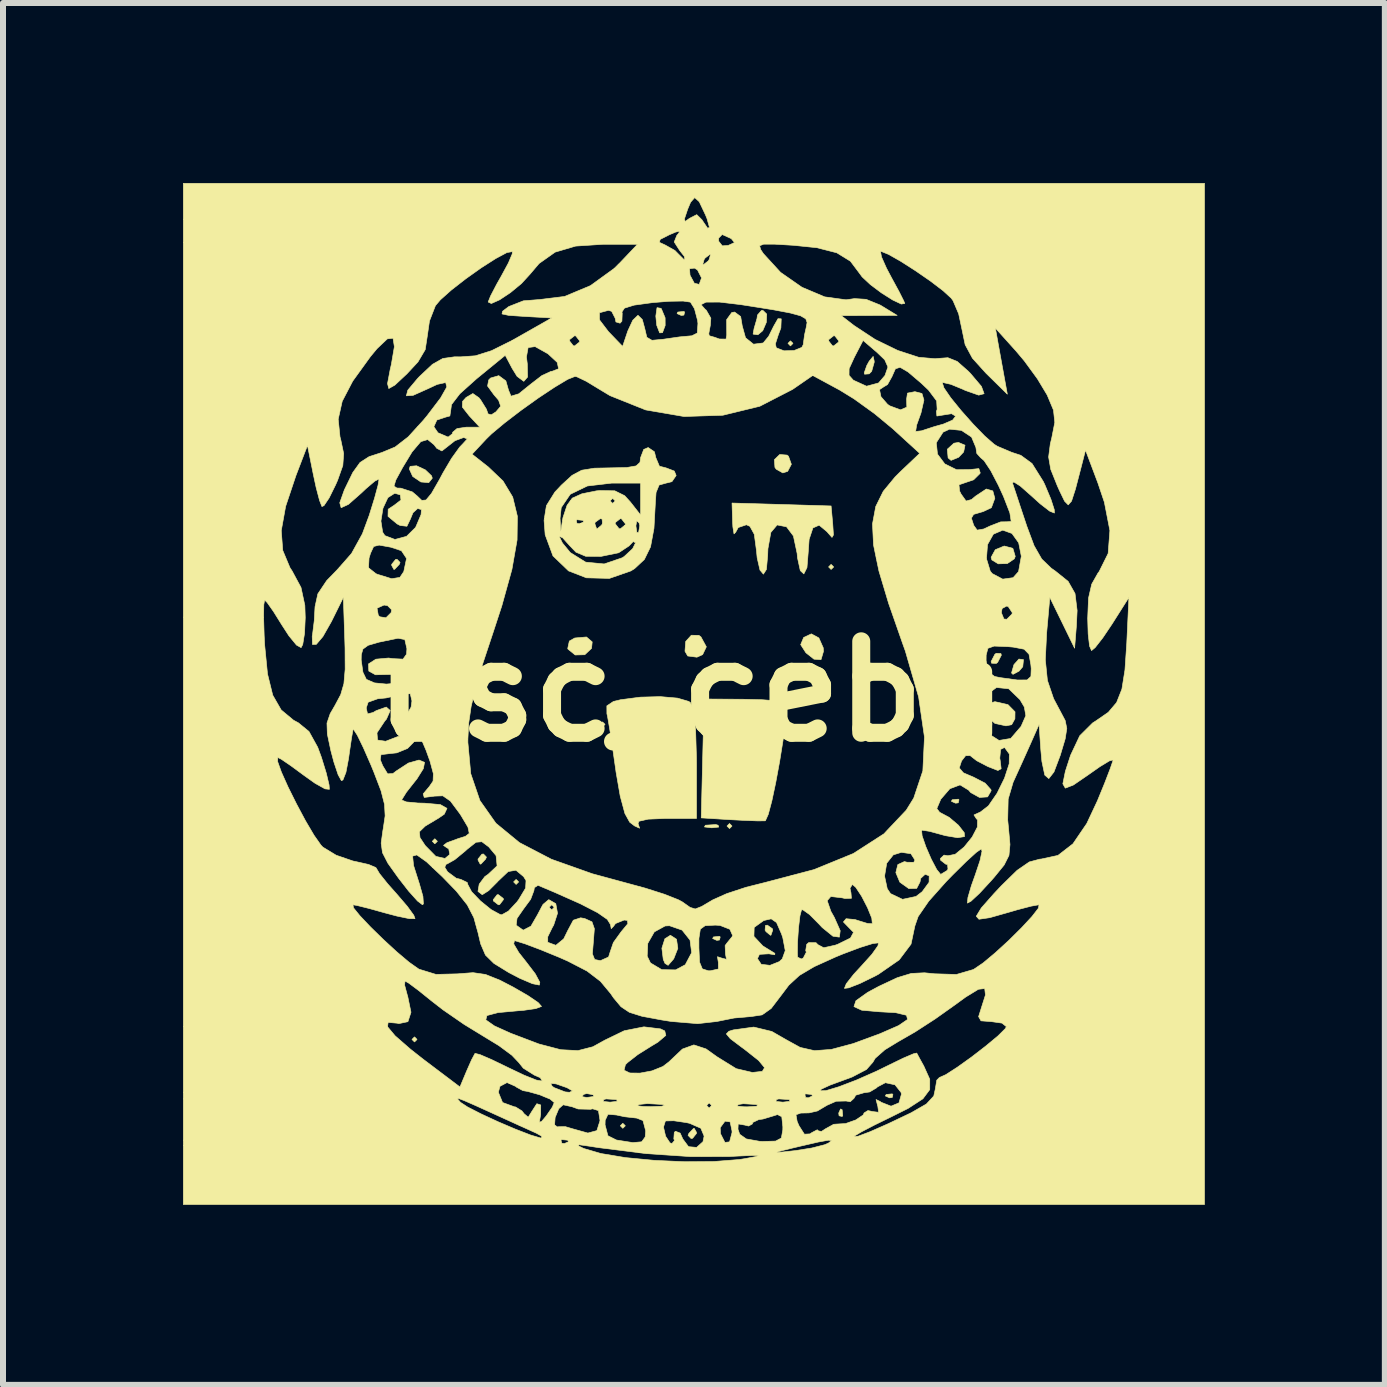
<source format=kicad_pcb>
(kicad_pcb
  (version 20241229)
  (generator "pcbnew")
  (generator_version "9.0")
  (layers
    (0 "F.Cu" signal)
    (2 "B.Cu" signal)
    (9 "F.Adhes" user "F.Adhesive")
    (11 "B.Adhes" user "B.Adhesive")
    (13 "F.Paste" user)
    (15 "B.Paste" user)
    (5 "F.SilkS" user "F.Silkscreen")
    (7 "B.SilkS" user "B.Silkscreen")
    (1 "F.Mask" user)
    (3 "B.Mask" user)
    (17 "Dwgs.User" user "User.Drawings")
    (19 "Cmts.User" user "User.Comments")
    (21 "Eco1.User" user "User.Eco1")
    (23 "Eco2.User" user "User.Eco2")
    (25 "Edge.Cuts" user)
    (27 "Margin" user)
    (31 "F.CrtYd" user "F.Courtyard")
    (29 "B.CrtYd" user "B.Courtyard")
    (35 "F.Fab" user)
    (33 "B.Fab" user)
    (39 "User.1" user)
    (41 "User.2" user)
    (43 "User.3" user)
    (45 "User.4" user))
  (footprint "usc_cebu"
    (layer "F.Cu")
    (at 8.472 8.472)
    (property "Reference" "usc_cebu" (at 0 0 0) (layer "F.SilkS") (effects (font (size 1.524 1.524) (thickness 0.3))))
    (attr through_hole)
    (fp_poly (pts (xy -4.572 5.8) (xy -4.614 5.842) (xy -4.657 5.8) (xy -4.614 5.757) (xy -4.572 5.8)) (stroke (width 0.01) (type solid)) (fill yes) (layer "F.SilkS"))
    (fp_poly (pts (xy -4.233 2.498) (xy -4.276 2.54) (xy -4.318 2.498) (xy -4.276 2.455) (xy -4.233 2.498)) (stroke (width 0.01) (type solid)) (fill yes) (layer "F.SilkS"))
    (fp_poly (pts (xy -2.879 3.175) (xy -2.921 3.217) (xy -2.963 3.175) (xy -2.921 3.133) (xy -2.879 3.175)) (stroke (width 0.01) (type solid)) (fill yes) (layer "F.SilkS"))
    (fp_poly (pts (xy -1.439 0.55) (xy -1.482 0.593) (xy -1.524 0.55) (xy -1.482 0.508) (xy -1.439 0.55)) (stroke (width 0.01) (type solid)) (fill yes) (layer "F.SilkS"))
    (fp_poly (pts (xy -1.101 7.239) (xy -1.143 7.281) (xy -1.185 7.239) (xy -1.143 7.197) (xy -1.101 7.239)) (stroke (width 0.01) (type solid)) (fill yes) (layer "F.SilkS"))
    (fp_poly (pts (xy 0.677 2.244) (xy 0.635 2.286) (xy 0.593 2.244) (xy 0.635 2.201) (xy 0.677 2.244)) (stroke (width 0.01) (type solid)) (fill yes) (layer "F.SilkS"))
    (fp_poly (pts (xy 1.693 -5.8) (xy 1.651 -5.757) (xy 1.609 -5.8) (xy 1.651 -5.842) (xy 1.693 -5.8)) (stroke (width 0.01) (type solid)) (fill yes) (layer "F.SilkS"))
    (fp_poly (pts (xy 2.371 -2.074) (xy 2.328 -2.032) (xy 2.286 -2.074) (xy 2.328 -2.117) (xy 2.371 -2.074)) (stroke (width 0.01) (type solid)) (fill yes) (layer "F.SilkS"))
    (fp_poly (pts (xy -0.113 -6.322) (xy -0.125 -6.271) (xy -0.169 -6.265) (xy -0.239 -6.296) (xy -0.226 -6.322) (xy -0.125 -6.332) (xy -0.113 -6.322)) (stroke (width 0.01) (type solid)) (fill yes) (layer "F.SilkS"))
    (fp_poly (pts (xy 0.445 2.23) (xy 0.455 2.261) (xy 0.339 2.273) (xy 0.218 2.259) (xy 0.233 2.23) (xy 0.406 2.219) (xy 0.445 2.23)) (stroke (width 0.01) (type solid)) (fill yes) (layer "F.SilkS"))
    (fp_poly (pts (xy 0.48 4.092) (xy 0.468 4.143) (xy 0.423 4.149) (xy 0.354 4.118) (xy 0.367 4.092) (xy 0.467 4.082) (xy 0.48 4.092)) (stroke (width 0.01) (type solid)) (fill yes) (layer "F.SilkS"))
    (fp_poly (pts (xy 2.512 6.971) (xy 2.522 7.071) (xy 2.512 7.084) (xy 2.461 7.072) (xy 2.455 7.027) (xy 2.486 6.958) (xy 2.512 6.971)) (stroke (width 0.01) (type solid)) (fill yes) (layer "F.SilkS"))
    (fp_poly (pts (xy 3.358 6.717) (xy 3.347 6.767) (xy 3.302 6.773) (xy 3.232 6.742) (xy 3.246 6.717) (xy 3.346 6.707) (xy 3.358 6.717)) (stroke (width 0.01) (type solid)) (fill yes) (layer "F.SilkS"))
    (fp_poly (pts (xy 4.459 1.806) (xy 4.447 1.857) (xy 4.403 1.863) (xy 4.333 1.832) (xy 4.346 1.806) (xy 4.447 1.796) (xy 4.459 1.806)) (stroke (width 0.01) (type solid)) (fill yes) (layer "F.SilkS"))
    (fp_poly (pts (xy -4.855 -2.149) (xy -4.868 -2.117) (xy -4.944 -2.036) (xy -4.958 -2.032) (xy -4.994 -2.098) (xy -4.995 -2.117) (xy -4.93 -2.198) (xy -4.906 -2.201) (xy -4.855 -2.149)) (stroke (width 0.01) (type solid)) (fill yes) (layer "F.SilkS"))
    (fp_poly (pts (xy -3.416 2.761) (xy -3.429 2.794) (xy -3.505 2.875) (xy -3.519 2.879) (xy -3.555 2.813) (xy -3.556 2.794) (xy -3.491 2.713) (xy -3.466 2.709) (xy -3.416 2.761)) (stroke (width 0.01) (type solid)) (fill yes) (layer "F.SilkS"))
    (fp_poly (pts (xy -3.135 3.451) (xy -3.133 3.471) (xy -3.197 3.554) (xy -3.217 3.556) (xy -3.3 3.492) (xy -3.302 3.471) (xy -3.238 3.389) (xy -3.217 3.387) (xy -3.135 3.451)) (stroke (width 0.01) (type solid)) (fill yes) (layer "F.SilkS"))
    (fp_poly (pts (xy 0.084 7.347) (xy 0.085 7.366) (xy 0.02 7.447) (xy -0.005 7.451) (xy -0.056 7.399) (xy -0.042 7.366) (xy 0.034 7.285) (xy 0.047 7.281) (xy 0.084 7.347)) (stroke (width 0.01) (type solid)) (fill yes) (layer "F.SilkS"))
    (fp_poly (pts (xy 1.351 3.956) (xy 1.355 3.979) (xy 1.326 4.062) (xy 1.317 4.064) (xy 1.245 4.005) (xy 1.228 3.979) (xy 1.234 3.901) (xy 1.265 3.895) (xy 1.351 3.956)) (stroke (width 0.01) (type solid)) (fill yes) (layer "F.SilkS"))
    (fp_poly (pts (xy 4.56 -4.103) (xy 4.537 -3.99) (xy 4.453 -3.901) (xy 4.327 -3.85) (xy 4.278 -3.891) (xy 4.265 -4.036) (xy 4.375 -4.136) (xy 4.45 -4.149) (xy 4.56 -4.103)) (stroke (width 0.01) (type solid)) (fill yes) (layer "F.SilkS"))
    (fp_poly (pts (xy 5.158 -0.631) (xy 5.165 -0.603) (xy 5.103 -0.483) (xy 5.08 -0.466) (xy 5.002 -0.47) (xy 4.995 -0.498) (xy 5.057 -0.618) (xy 5.08 -0.635) (xy 5.158 -0.631)) (stroke (width 0.01) (type solid)) (fill yes) (layer "F.SilkS"))
    (fp_poly (pts (xy 5.532 -0.53) (xy 5.534 -0.527) (xy 5.522 -0.411) (xy 5.46 -0.338) (xy 5.359 -0.284) (xy 5.335 -0.307) (xy 5.375 -0.446) (xy 5.458 -0.539) (xy 5.532 -0.53)) (stroke (width 0.01) (type solid)) (fill yes) (layer "F.SilkS"))
    (fp_poly (pts (xy -1.653 -0.825) (xy -1.664 -0.717) (xy -1.777 -0.611) (xy -1.937 -0.607) (xy -2.056 -0.704) (xy -2.061 -0.715) (xy -2.034 -0.839) (xy -1.944 -0.89) (xy -1.749 -0.907) (xy -1.653 -0.825)) (stroke (width 0.01) (type solid)) (fill yes) (layer "F.SilkS"))
    (fp_poly (pts (xy -0.508 -6.384) (xy -0.501 -6.377) (xy -0.438 -6.226) (xy -0.437 -6.098) (xy -0.482 -5.978) (xy -0.529 -5.975) (xy -0.578 -6.102) (xy -0.593 -6.254) (xy -0.573 -6.395) (xy -0.508 -6.384)) (stroke (width 0.01) (type solid)) (fill yes) (layer "F.SilkS"))
    (fp_poly (pts (xy 0.125 -0.934) (xy 0.159 -0.908) (xy 0.249 -0.743) (xy 0.187 -0.613) (xy 0.092 -0.57) (xy -0.061 -0.59) (xy -0.107 -0.669) (xy -0.095 -0.832) (xy -0.001 -0.936) (xy 0.125 -0.934)) (stroke (width 0.01) (type solid)) (fill yes) (layer "F.SilkS"))
    (fp_poly (pts (xy 1.595 -3.938) (xy 1.618 -3.919) (xy 1.666 -3.785) (xy 1.604 -3.667) (xy 1.524 -3.641) (xy 1.415 -3.702) (xy 1.392 -3.733) (xy 1.383 -3.862) (xy 1.472 -3.948) (xy 1.595 -3.938)) (stroke (width 0.01) (type solid)) (fill yes) (layer "F.SilkS"))
    (fp_poly (pts (xy 2.124 -0.891) (xy 2.197 -0.727) (xy 2.201 -0.667) (xy 2.16 -0.529) (xy 2.043 -0.537) (xy 1.908 -0.644) (xy 1.821 -0.779) (xy 1.871 -0.899) (xy 1.999 -0.959) (xy 2.124 -0.891)) (stroke (width 0.01) (type solid)) (fill yes) (layer "F.SilkS"))
    (fp_poly (pts (xy 3.046 -5.506) (xy 3.047 -5.487) (xy 3.004 -5.334) (xy 2.963 -5.292) (xy 2.886 -5.286) (xy 2.88 -5.308) (xy 2.923 -5.431) (xy 2.963 -5.503) (xy 3.029 -5.583) (xy 3.046 -5.506)) (stroke (width 0.01) (type solid)) (fill yes) (layer "F.SilkS"))
    (fp_poly (pts (xy -4.434 -3.692) (xy -4.33 -3.592) (xy -4.318 -3.553) (xy -4.377 -3.479) (xy -4.508 -3.49) (xy -4.641 -3.58) (xy -4.646 -3.585) (xy -4.701 -3.707) (xy -4.687 -3.751) (xy -4.58 -3.76) (xy -4.434 -3.692)) (stroke (width 0.01) (type solid)) (fill yes) (layer "F.SilkS"))
    (fp_poly (pts (xy -0.248 4.13) (xy -0.226 4.282) (xy -0.294 4.455) (xy -0.296 4.458) (xy -0.388 4.565) (xy -0.44 4.533) (xy -0.469 4.466) (xy -0.492 4.28) (xy -0.442 4.122) (xy -0.35 4.064) (xy -0.248 4.13)) (stroke (width 0.01) (type solid)) (fill yes) (layer "F.SilkS"))
    (fp_poly (pts (xy 1.255 -6.288) (xy 1.249 -6.151) (xy 1.189 -6.011) (xy 1.108 -5.943) (xy 1.028 -5.954) (xy 1.045 -6.049) (xy 1.093 -6.214) (xy 1.101 -6.272) (xy 1.166 -6.347) (xy 1.191 -6.35) (xy 1.255 -6.288)) (stroke (width 0.01) (type solid)) (fill yes) (layer "F.SilkS"))
    (fp_poly (pts (xy 5.275 0.22) (xy 5.393 0.34) (xy 5.391 0.457) (xy 5.337 0.555) (xy 5.242 0.574) (xy 5.059 0.534) (xy 4.935 0.429) (xy 4.911 0.332) (xy 4.973 0.195) (xy 5.059 0.171) (xy 5.275 0.22)) (stroke (width 0.01) (type solid)) (fill yes) (layer "F.SilkS"))
    (fp_poly (pts (xy 5.354 -2.385) (xy 5.358 -2.381) (xy 5.397 -2.25) (xy 5.381 -2.209) (xy 5.264 -2.13) (xy 5.113 -2.126) (xy 5.007 -2.191) (xy 4.995 -2.235) (xy 5.064 -2.361) (xy 5.213 -2.423) (xy 5.354 -2.385)) (stroke (width 0.01) (type solid)) (fill yes) (layer "F.SilkS"))
    (fp_poly (pts (xy 0.865 0.131) (xy 1.182 0.139) (xy 1.43 0.158) (xy 1.562 0.182) (xy 1.571 0.188) (xy 1.583 0.292) (xy 1.566 0.517) (xy 1.526 0.823) (xy 1.47 1.17) (xy 1.406 1.517) (xy 1.341 1.824) (xy 1.281 2.049) (xy 1.234 2.154) (xy 1.228 2.157) (xy 1.102 2.158) (xy 0.866 2.149) (xy 0.654 2.138) (xy 0.164 2.108) (xy 0.188 1.118) (xy 0.212 0.127) (xy 0.865 0.131)) (stroke (width 0.01) (type solid)) (fill yes) (layer "F.SilkS"))
    (fp_poly (pts (xy -0.231 0.112) (xy -0.044 0.167) (xy -0.017 0.186) (xy 0.036 0.332) (xy 0.07 0.639) (xy 0.084 1.1) (xy 0.085 1.202) (xy 0.085 2.117) (xy -0.428 2.117) (xy -0.72 2.129) (xy -0.874 2.164) (xy -0.889 2.201) (xy -0.863 2.28) (xy -0.947 2.242) (xy -1.028 2.18) (xy -1.108 2.035) (xy -1.186 1.746) (xy -1.257 1.337) (xy -1.26 1.312) (xy -1.312 0.951) (xy -1.36 0.637) (xy -1.397 0.42) (xy -1.408 0.372) (xy -1.409 0.241) (xy -1.3 0.168) (xy -1.181 0.139) (xy -0.853 0.096) (xy -0.519 0.087) (xy -0.231 0.112)) (stroke (width 0.01) (type solid)) (fill yes) (layer "F.SilkS"))
    (fp_poly (pts (xy 1.503 -3.115) (xy 2.328 -3.09) (xy 2.355 -2.794) (xy 2.367 -2.607) (xy 2.343 -2.566) (xy 2.268 -2.651) (xy 2.262 -2.659) (xy 2.129 -2.77) (xy 2.025 -2.724) (xy 1.962 -2.535) (xy 1.947 -2.323) (xy 1.926 -2.063) (xy 1.874 -1.958) (xy 1.815 -2.012) (xy 1.768 -2.227) (xy 1.762 -2.299) (xy 1.7 -2.59) (xy 1.585 -2.743) (xy 1.429 -2.774) (xy 1.324 -2.65) (xy 1.275 -2.376) (xy 1.271 -2.265) (xy 1.25 -2.032) (xy 1.2 -1.954) (xy 1.143 -2.021) (xy 1.096 -2.225) (xy 1.084 -2.349) (xy 1.048 -2.618) (xy 0.975 -2.751) (xy 0.917 -2.777) (xy 0.781 -2.731) (xy 0.737 -2.651) (xy 0.71 -2.625) (xy 0.691 -2.742) (xy 0.687 -2.818) (xy 0.677 -3.139) (xy 1.503 -3.115)) (stroke (width 0.01) (type solid)) (fill yes) (layer "F.SilkS"))
    (fp_poly (pts (xy -0.616 -3.993) (xy -0.593 -3.895) (xy -0.533 -3.753) (xy -0.423 -3.725) (xy -0.285 -3.672) (xy -0.254 -3.598) (xy -0.325 -3.495) (xy -0.423 -3.471) (xy -0.538 -3.439) (xy -0.589 -3.314) (xy -0.6 -3.154) (xy -0.624 -2.716) (xy -0.681 -2.409) (xy -0.784 -2.198) (xy -0.946 -2.047) (xy -1.008 -2.008) (xy -1.367 -1.883) (xy -1.75 -1.893) (xy -2.047 -2.008) (xy -2.307 -2.258) (xy -2.425 -2.578) (xy -2.201 -2.578) (xy -2.149 -2.473) (xy -2.021 -2.317) (xy -2.017 -2.313) (xy -1.762 -2.154) (xy -1.453 -2.124) (xy -1.152 -2.227) (xy -1.12 -2.248) (xy -0.979 -2.379) (xy -0.931 -2.476) (xy -0.97 -2.497) (xy -1.04 -2.424) (xy -1.213 -2.31) (xy -1.501 -2.251) (xy -1.508 -2.25) (xy -1.762 -2.252) (xy -1.924 -2.32) (xy -2.035 -2.436) (xy -2.147 -2.561) (xy -2.201 -2.583) (xy -2.201 -2.578) (xy -2.425 -2.578) (xy -2.437 -2.611) (xy -2.455 -2.849) (xy -2.45 -2.885) (xy -2.189 -2.885) (xy -2.176 -2.667) (xy -2.148 -2.85) (xy -1.919 -2.85) (xy -1.907 -2.8) (xy -1.863 -2.794) (xy -1.609 -2.794) (xy -1.58 -2.712) (xy -1.571 -2.709) (xy -1.499 -2.769) (xy -1.482 -2.794) (xy -1.27 -2.794) (xy -1.206 -2.712) (xy -1.185 -2.709) (xy -1.122 -2.759) (xy -0.925 -2.759) (xy -0.909 -2.649) (xy -0.88 -2.648) (xy -0.86 -2.761) (xy -0.873 -2.81) (xy -0.911 -2.842) (xy -0.925 -2.759) (xy -1.122 -2.759) (xy -1.103 -2.774) (xy -1.101 -2.794) (xy -1.165 -2.876) (xy -1.185 -2.879) (xy -1.268 -2.814) (xy -1.27 -2.794) (xy -1.482 -2.794) (xy -1.488 -2.872) (xy -1.519 -2.879) (xy -1.605 -2.817) (xy -1.609 -2.794) (xy -1.863 -2.794) (xy -1.793 -2.825) (xy -1.806 -2.85) (xy -1.907 -2.861) (xy -1.919 -2.85) (xy -2.148 -2.85) (xy -2.141 -2.894) (xy -2.072 -3.102) (xy -2.019 -3.175) (xy -1.355 -3.175) (xy -1.312 -3.133) (xy -1.27 -3.175) (xy -1.312 -3.217) (xy -1.355 -3.175) (xy -2.019 -3.175) (xy -1.985 -3.221) (xy -1.825 -3.293) (xy -1.583 -3.342) (xy -1.525 -3.347) (xy -1.277 -3.343) (xy -1.113 -3.262) (xy -1.017 -3.157) (xy -0.847 -2.94) (xy -0.847 -3.471) (xy -1.328 -3.471) (xy -1.735 -3.423) (xy -2.019 -3.285) (xy -2.169 -3.064) (xy -2.189 -2.885) (xy -2.45 -2.885) (xy -2.416 -3.096) (xy -2.275 -3.322) (xy -2.167 -3.437) (xy -1.989 -3.6) (xy -1.828 -3.686) (xy -1.616 -3.72) (xy -1.363 -3.725) (xy -1.077 -3.731) (xy -0.921 -3.758) (xy -0.857 -3.817) (xy -0.847 -3.895) (xy -0.794 -4.033) (xy -0.72 -4.064) (xy -0.616 -3.993)) (stroke (width 0.01) (type solid)) (fill yes) (layer "F.SilkS"))
    (fp_poly (pts (xy 8.551 8.551) (xy -8.467 8.551) (xy -8.467 7.568) (xy -1.894 7.568) (xy -1.795 7.617) (xy -1.508 7.701) (xy -1.1 7.769) (xy -0.618 7.815) (xy -0.109 7.838) (xy 0.378 7.834) (xy 0.798 7.801) (xy 0.889 7.787) (xy 1.071 7.753) (xy 1.118 7.736) (xy 1.019 7.733) (xy 0.765 7.744) (xy 0.635 7.751) (xy -0.006 7.753) (xy -0.752 7.703) (xy -0.908 7.683) (xy 1.418 7.683) (xy 1.527 7.675) (xy 1.736 7.652) (xy 2.008 7.609) (xy 2.223 7.554) (xy 2.286 7.526) (xy 2.335 7.486) (xy 2.286 7.479) (xy 2.118 7.509) (xy 1.814 7.579) (xy 1.651 7.618) (xy 1.462 7.665) (xy 1.418 7.683) (xy -0.908 7.683) (xy -1.546 7.603) (xy -1.693 7.58) (xy -1.87 7.555) (xy -1.894 7.568) (xy -8.467 7.568) (xy -8.467 7.479) (xy -2.173 7.479) (xy -2.161 7.529) (xy -2.117 7.535) (xy -2.047 7.504) (xy -2.06 7.479) (xy -2.161 7.469) (xy -2.173 7.479) (xy -8.467 7.479) (xy -8.467 6.791) (xy -3.897 6.791) (xy -3.863 6.831) (xy -3.847 6.849) (xy -3.729 6.926) (xy -3.504 7.041) (xy -3.221 7.172) (xy -2.93 7.296) (xy -2.679 7.393) (xy -2.518 7.441) (xy -2.498 7.443) (xy -2.493 7.413) (xy -2.582 7.363) (xy -2.747 7.288) (xy -2.889 7.224) (xy -2.28 7.224) (xy -2.232 7.259) (xy -2.223 7.255) (xy -2.101 7.253) (xy -1.99 7.286) (xy -1.725 7.36) (xy -1.575 7.319) (xy -1.545 7.223) (xy -1.439 7.223) (xy -1.391 7.405) (xy -1.249 7.476) (xy -0.976 7.519) (xy -0.829 7.506) (xy -0.77 7.425) (xy -0.762 7.324) (xy -0.778 7.261) (xy -0.465 7.261) (xy -0.43 7.413) (xy -0.357 7.523) (xy -0.324 7.535) (xy -0.281 7.484) (xy -0.293 7.457) (xy -0.285 7.348) (xy -0.265 7.33) (xy -0.187 7.361) (xy -0.143 7.459) (xy -0.048 7.587) (xy 0.087 7.599) (xy 0.193 7.504) (xy 0.212 7.411) (xy 0.157 7.279) (xy 0.137 7.271) (xy 0.48 7.271) (xy 0.485 7.371) (xy 0.559 7.516) (xy 0.636 7.507) (xy 0.677 7.353) (xy 0.677 7.326) (xy 0.671 7.296) (xy 0.776 7.296) (xy 0.805 7.38) (xy 0.915 7.458) (xy 1.139 7.498) (xy 1.186 7.5) (xy 1.403 7.494) (xy 1.499 7.443) (xy 1.523 7.31) (xy 1.524 7.258) (xy 1.506 7.088) (xy 1.441 7.055) (xy 1.743 7.055) (xy 1.762 7.166) (xy 1.793 7.238) (xy 1.883 7.379) (xy 1.977 7.374) (xy 2.003 7.355) (xy 2.098 7.305) (xy 2.117 7.324) (xy 2.168 7.333) (xy 2.235 7.289) (xy 2.371 7.214) (xy 2.425 7.21) (xy 2.569 7.202) (xy 2.741 7.141) (xy 2.862 7.059) (xy 2.879 7.024) (xy 2.942 6.985) (xy 3.02 7.002) (xy 3.12 7.014) (xy 3.106 6.91) (xy 3.103 6.903) (xy 3.077 6.801) (xy 3.146 6.834) (xy 3.162 6.847) (xy 3.327 6.912) (xy 3.459 6.857) (xy 3.5 6.713) (xy 3.494 6.683) (xy 3.393 6.556) (xy 3.233 6.521) (xy 3.097 6.593) (xy 3.09 6.604) (xy 2.971 6.675) (xy 2.874 6.689) (xy 2.739 6.729) (xy 2.709 6.782) (xy 2.647 6.838) (xy 2.578 6.826) (xy 2.412 6.83) (xy 2.26 6.897) (xy 2.1 6.992) (xy 1.961 7.024) (xy 1.822 7.027) (xy 1.743 7.055) (xy 1.441 7.055) (xy 1.435 7.052) (xy 1.376 7.071) (xy 1.194 7.126) (xy 1.122 7.136) (xy 1.023 7.183) (xy 1.016 7.208) (xy 0.953 7.243) (xy 0.889 7.227) (xy 0.78 7.208) (xy 0.776 7.296) (xy 0.671 7.296) (xy 0.645 7.174) (xy 0.56 7.162) (xy 0.48 7.271) (xy 0.137 7.271) (xy -0.029 7.198) (xy -0.083 7.186) (xy -0.294 7.155) (xy -0.426 7.158) (xy -0.434 7.161) (xy -0.465 7.261) (xy -0.778 7.261) (xy -0.807 7.152) (xy -0.91 7.111) (xy -1.114 7.088) (xy -1.249 7.059) (xy -1.39 7.047) (xy -1.437 7.148) (xy -1.439 7.223) (xy -1.545 7.223) (xy -1.524 7.157) (xy -1.524 7.144) (xy -1.549 6.986) (xy -1.646 6.956) (xy -1.681 6.964) (xy -1.887 6.959) (xy -1.988 6.922) (xy -2.068 6.904) (xy -0.908 6.904) (xy -0.802 6.917) (xy -0.677 6.92) (xy -0.494 6.913) (xy -0.457 6.9) (xy 0.254 6.9) (xy 0.296 6.943) (xy 0.33 6.909) (xy 0.757 6.909) (xy 0.874 6.922) (xy 0.931 6.923) (xy 1.085 6.914) (xy 1.104 6.892) (xy 1.079 6.884) (xy 0.865 6.871) (xy 0.783 6.884) (xy 0.757 6.909) (xy 0.33 6.909) (xy 0.339 6.9) (xy 0.296 6.858) (xy 0.254 6.9) (xy -0.457 6.9) (xy -0.444 6.896) (xy -0.487 6.883) (xy -0.734 6.869) (xy -0.868 6.883) (xy -0.908 6.904) (xy -2.068 6.904) (xy -2.137 6.889) (xy -2.21 6.954) (xy -2.271 7.101) (xy -2.28 7.224) (xy -2.889 7.224) (xy -3.005 7.171) (xy -3.26 7.055) (xy -3.586 6.907) (xy -3.784 6.82) (xy -3.879 6.784) (xy -3.897 6.791) (xy -8.467 6.791) (xy -8.467 6.68) (xy -3.217 6.68) (xy -3.147 6.851) (xy -2.946 6.924) (xy -2.93 6.925) (xy -2.824 6.991) (xy -2.787 7.039) (xy -2.719 7.096) (xy -2.662 7.004) (xy -2.576 6.871) (xy -2.511 6.892) (xy -2.512 7.048) (xy -2.534 7.18) (xy -2.496 7.166) (xy -2.419 7.075) (xy -2.317 6.927) (xy -2.286 6.851) (xy -2.308 6.833) (xy -1.471 6.833) (xy -1.355 6.845) (xy -1.248 6.833) (xy 1.408 6.833) (xy 1.524 6.845) (xy 1.644 6.831) (xy 1.63 6.802) (xy 1.456 6.791) (xy 1.418 6.802) (xy 1.408 6.833) (xy -1.248 6.833) (xy -1.234 6.831) (xy -1.249 6.802) (xy -1.422 6.791) (xy -1.46 6.802) (xy -1.471 6.833) (xy -2.308 6.833) (xy -2.357 6.793) (xy -2.455 6.753) (xy -1.826 6.753) (xy -1.743 6.767) (xy -1.633 6.751) (xy -1.632 6.722) (xy -1.661 6.717) (xy 1.891 6.717) (xy 1.903 6.767) (xy 1.947 6.773) (xy 2.017 6.742) (xy 2.004 6.717) (xy 1.903 6.707) (xy 1.891 6.717) (xy -1.661 6.717) (xy -1.745 6.702) (xy -1.794 6.715) (xy -1.826 6.753) (xy -2.455 6.753) (xy -2.526 6.723) (xy -2.726 6.667) (xy -2.808 6.653) (xy -2.915 6.595) (xy -2.928 6.583) (xy -3.042 6.532) (xy -2.346 6.532) (xy -2.32 6.58) (xy -2.286 6.604) (xy -2.105 6.674) (xy -2.032 6.681) (xy -1.981 6.657) (xy -1.984 6.656) (xy 2.14 6.656) (xy 2.243 6.653) (xy 2.459 6.588) (xy 2.752 6.476) (xy 3.085 6.329) (xy 3.295 6.226) (xy 3.534 6.11) (xy 3.701 6.039) (xy 3.755 6.027) (xy 3.801 6.113) (xy 3.873 6.243) (xy 3.972 6.463) (xy 3.972 6.636) (xy 3.858 6.789) (xy 3.612 6.949) (xy 3.344 7.083) (xy 3.054 7.225) (xy 2.833 7.34) (xy 2.718 7.409) (xy 2.709 7.419) (xy 2.781 7.412) (xy 2.979 7.337) (xy 3.28 7.204) (xy 3.662 7.022) (xy 3.916 6.876) (xy 4.039 6.743) (xy 4.064 6.629) (xy 4.089 6.479) (xy 4.132 6.435) (xy 4.241 6.386) (xy 4.433 6.262) (xy 4.669 6.093) (xy 4.907 5.909) (xy 5.108 5.742) (xy 5.23 5.621) (xy 5.249 5.587) (xy 5.176 5.528) (xy 4.999 5.503) (xy 4.997 5.503) (xy 4.826 5.49) (xy 4.786 5.42) (xy 4.828 5.286) (xy 4.9 5.059) (xy 4.888 4.952) (xy 4.783 4.964) (xy 4.572 5.093) (xy 4.381 5.232) (xy 4.061 5.459) (xy 3.729 5.674) (xy 3.458 5.83) (xy 3.457 5.83) (xy 3.224 5.972) (xy 3.063 6.114) (xy 3.024 6.18) (xy 2.917 6.301) (xy 2.68 6.425) (xy 2.545 6.475) (xy 2.311 6.561) (xy 2.166 6.628) (xy 2.14 6.656) (xy -1.984 6.656) (xy -2.074 6.604) (xy -2.254 6.541) (xy -2.346 6.532) (xy -3.042 6.532) (xy -3.073 6.519) (xy -3.19 6.581) (xy -3.217 6.68) (xy -8.467 6.68) (xy -8.467 5.588) (xy -5.064 5.588) (xy -4.938 5.739) (xy -4.681 5.963) (xy -4.469 6.13) (xy -3.857 6.592) (xy -3.746 6.327) (xy -3.663 6.139) (xy -3.608 6.036) (xy -3.605 6.032) (xy -3.522 6.053) (xy -3.329 6.136) (xy -3.068 6.262) (xy -3.052 6.27) (xy -2.787 6.396) (xy -2.584 6.477) (xy -2.487 6.494) (xy -2.486 6.493) (xy -2.518 6.438) (xy -2.618 6.394) (xy -2.801 6.279) (xy -2.877 6.184) (xy -2.991 6.064) (xy -3.207 5.904) (xy -3.448 5.757) (xy -3.788 5.549) (xy -4.14 5.306) (xy -4.333 5.156) (xy -4.549 4.982) (xy -4.71 4.862) (xy -4.773 4.826) (xy -4.779 4.895) (xy -4.734 5.063) (xy -4.728 5.081) (xy -4.673 5.347) (xy -4.724 5.504) (xy -4.875 5.536) (xy -4.905 5.529) (xy -5.054 5.516) (xy -5.064 5.588) (xy -8.467 5.588) (xy -8.467 -1.237) (xy -7.129 -1.237) (xy -7.12 -0.936) (xy -7.112 -0.779) (xy -7.064 -0.29) (xy -6.977 0.063) (xy -6.836 0.309) (xy -6.629 0.481) (xy -6.549 0.524) (xy -6.373 0.668) (xy -6.228 0.93) (xy -6.166 1.098) (xy -6.085 1.361) (xy -6.038 1.559) (xy -6.033 1.632) (xy -6.106 1.624) (xy -6.272 1.531) (xy -6.453 1.402) (xy -6.672 1.241) (xy -6.833 1.131) (xy -6.893 1.101) (xy -6.896 1.168) (xy -6.833 1.344) (xy -6.722 1.592) (xy -6.581 1.875) (xy -6.431 2.156) (xy -6.289 2.397) (xy -6.174 2.561) (xy -6.142 2.595) (xy -5.92 2.73) (xy -5.641 2.826) (xy -5.593 2.836) (xy -5.38 2.884) (xy -5.259 2.935) (xy -5.249 2.95) (xy -5.197 3.037) (xy -5.06 3.208) (xy -4.909 3.378) (xy -4.735 3.581) (xy -4.626 3.731) (xy -4.606 3.788) (xy -4.701 3.787) (xy -4.908 3.744) (xy -5.108 3.691) (xy -5.373 3.617) (xy -5.57 3.568) (xy -5.64 3.556) (xy -5.631 3.607) (xy -5.524 3.739) (xy -5.348 3.925) (xy -5.133 4.135) (xy -4.909 4.341) (xy -4.705 4.513) (xy -4.551 4.622) (xy -4.537 4.63) (xy -4.257 4.716) (xy -3.894 4.707) (xy -3.885 4.706) (xy -3.639 4.687) (xy -3.431 4.717) (xy -3.193 4.812) (xy -2.973 4.926) (xy -2.725 5.069) (xy -2.554 5.185) (xy -2.498 5.249) (xy -2.498 5.25) (xy -2.594 5.286) (xy -2.797 5.315) (xy -2.875 5.321) (xy -3.225 5.353) (xy -3.408 5.402) (xy -3.426 5.474) (xy -3.282 5.575) (xy -3.012 5.697) (xy -2.54 5.876) (xy -2.177 5.971) (xy -1.89 5.986) (xy -1.642 5.922) (xy -1.441 5.811) (xy -1.119 5.655) (xy -0.791 5.59) (xy -0.514 5.624) (xy -0.444 5.658) (xy -0.426 5.733) (xy -0.559 5.846) (xy -0.666 5.91) (xy -0.894 6.053) (xy -1.067 6.188) (xy -1.1 6.222) (xy -1.122 6.313) (xy -1.026 6.359) (xy -0.856 6.361) (xy -0.658 6.324) (xy -0.474 6.25) (xy -0.374 6.173) (xy -0.149 5.96) (xy 0.041 5.891) (xy 0.244 5.958) (xy 0.427 6.089) (xy 0.747 6.287) (xy 1.016 6.35) (xy 1.182 6.332) (xy 1.219 6.27) (xy 1.121 6.151) (xy 0.882 5.962) (xy 0.839 5.931) (xy 0.648 5.787) (xy 0.582 5.708) (xy 0.625 5.664) (xy 0.699 5.641) (xy 1.039 5.594) (xy 1.34 5.667) (xy 1.584 5.807) (xy 1.813 5.933) (xy 2.051 5.987) (xy 2.333 5.966) (xy 2.696 5.869) (xy 3.139 5.706) (xy 3.453 5.569) (xy 3.602 5.467) (xy 3.585 5.397) (xy 3.403 5.354) (xy 3.133 5.339) (xy 2.839 5.313) (xy 2.709 5.253) (xy 2.742 5.155) (xy 2.938 5.015) (xy 3.122 4.916) (xy 3.431 4.771) (xy 3.663 4.7) (xy 3.884 4.689) (xy 4.053 4.706) (xy 4.417 4.717) (xy 4.698 4.635) (xy 4.707 4.63) (xy 4.862 4.525) (xy 5.065 4.355) (xy 5.288 4.151) (xy 5.501 3.94) (xy 5.676 3.751) (xy 5.783 3.613) (xy 5.793 3.556) (xy 5.789 3.556) (xy 5.661 3.579) (xy 5.435 3.638) (xy 5.284 3.682) (xy 4.97 3.771) (xy 4.792 3.797) (xy 4.747 3.747) (xy 4.831 3.609) (xy 5.041 3.371) (xy 5.165 3.239) (xy 5.428 2.982) (xy 5.631 2.842) (xy 5.807 2.795) (xy 5.829 2.794) (xy 6.109 2.733) (xy 6.358 2.54) (xy 6.589 2.201) (xy 6.765 1.826) (xy 6.888 1.526) (xy 6.979 1.289) (xy 7.025 1.155) (xy 7.027 1.142) (xy 6.966 1.158) (xy 6.806 1.255) (xy 6.604 1.397) (xy 6.366 1.56) (xy 6.231 1.612) (xy 6.19 1.54) (xy 6.232 1.332) (xy 6.319 1.064) (xy 6.472 0.739) (xy 6.686 0.526) (xy 6.744 0.489) (xy 6.948 0.348) (xy 7.086 0.185) (xy 7.174 -0.038) (xy 7.225 -0.356) (xy 7.255 -0.799) (xy 7.291 -1.566) (xy 7.011 -1.124) (xy 6.855 -0.892) (xy 6.729 -0.731) (xy 6.668 -0.68) (xy 6.635 -0.756) (xy 6.612 -0.956) (xy 6.604 -1.216) (xy 6.618 -1.555) (xy 6.671 -1.787) (xy 6.776 -1.973) (xy 6.795 -1.997) (xy 6.945 -2.299) (xy 6.974 -2.68) (xy 6.882 -3.153) (xy 6.775 -3.471) (xy 6.568 -4.021) (xy 6.492 -3.725) (xy 6.4 -3.372) (xy 6.335 -3.171) (xy 6.28 -3.108) (xy 6.219 -3.17) (xy 6.134 -3.346) (xy 6.097 -3.429) (xy 5.988 -3.701) (xy 5.953 -3.906) (xy 5.981 -4.125) (xy 6.005 -4.223) (xy 6.056 -4.483) (xy 6.034 -4.688) (xy 5.931 -4.934) (xy 5.927 -4.942) (xy 5.767 -5.208) (xy 5.548 -5.508) (xy 5.409 -5.673) (xy 5.066 -6.054) (xy 5.115 -5.779) (xy 5.169 -5.481) (xy 5.215 -5.228) (xy 5.265 -4.953) (xy 4.909 -5.303) (xy 4.683 -5.553) (xy 4.562 -5.778) (xy 4.511 -6.023) (xy 4.454 -6.292) (xy 4.361 -6.51) (xy 4.33 -6.553) (xy 4.196 -6.676) (xy 3.985 -6.837) (xy 3.736 -7.009) (xy 3.491 -7.166) (xy 3.287 -7.282) (xy 3.166 -7.331) (xy 3.152 -7.328) (xy 3.168 -7.24) (xy 3.251 -7.053) (xy 3.335 -6.894) (xy 3.458 -6.668) (xy 3.538 -6.509) (xy 3.556 -6.465) (xy 3.498 -6.455) (xy 3.354 -6.523) (xy 3.167 -6.641) (xy 2.983 -6.779) (xy 2.845 -6.908) (xy 2.807 -6.96) (xy 2.65 -7.169) (xy 2.423 -7.309) (xy 2.091 -7.394) (xy 1.701 -7.434) (xy 1.383 -7.453) (xy 1.204 -7.453) (xy 1.137 -7.426) (xy 1.154 -7.364) (xy 1.199 -7.296) (xy 1.486 -6.983) (xy 1.842 -6.735) (xy 2.221 -6.575) (xy 2.577 -6.526) (xy 2.718 -6.546) (xy 2.911 -6.534) (xy 3.143 -6.44) (xy 3.162 -6.429) (xy 3.429 -6.266) (xy 2.963 -6.264) (xy 2.498 -6.262) (xy 2.709 -6.098) (xy 3.063 -5.865) (xy 3.439 -5.682) (xy 3.788 -5.568) (xy 4.063 -5.544) (xy 4.087 -5.547) (xy 4.274 -5.561) (xy 4.429 -5.499) (xy 4.615 -5.335) (xy 4.651 -5.298) (xy 4.833 -5.083) (xy 4.878 -4.961) (xy 4.788 -4.937) (xy 4.564 -5.016) (xy 4.526 -5.034) (xy 4.325 -5.117) (xy 4.198 -5.146) (xy 4.182 -5.142) (xy 4.208 -5.059) (xy 4.322 -4.893) (xy 4.495 -4.68) (xy 4.694 -4.456) (xy 4.888 -4.256) (xy 5.046 -4.118) (xy 5.099 -4.085) (xy 5.338 -3.984) (xy 5.49 -3.934) (xy 5.676 -3.798) (xy 5.864 -3.498) (xy 5.889 -3.446) (xy 5.991 -3.203) (xy 6.047 -3.029) (xy 6.049 -2.972) (xy 5.971 -3.004) (xy 5.813 -3.126) (xy 5.659 -3.265) (xy 5.481 -3.422) (xy 5.371 -3.492) (xy 5.351 -3.471) (xy 5.398 -3.331) (xy 5.48 -3.082) (xy 5.581 -2.779) (xy 5.584 -2.768) (xy 5.711 -2.428) (xy 5.838 -2.206) (xy 5.998 -2.052) (xy 6.064 -2.006) (xy 6.278 -1.834) (xy 6.393 -1.631) (xy 6.428 -1.348) (xy 6.416 -1.094) (xy 6.386 -0.72) (xy 6.18 -1.143) (xy 5.973 -1.566) (xy 5.92 -0.974) (xy 5.898 -0.527) (xy 5.933 -0.182) (xy 6.036 0.121) (xy 6.148 0.332) (xy 6.229 0.485) (xy 6.256 0.618) (xy 6.229 0.791) (xy 6.147 1.065) (xy 6.042 1.343) (xy 5.956 1.453) (xy 5.889 1.395) (xy 5.841 1.168) (xy 5.823 0.974) (xy 5.794 0.55) (xy 5.644 0.889) (xy 5.512 1.183) (xy 5.381 1.471) (xy 5.361 1.515) (xy 5.279 1.794) (xy 5.271 2.14) (xy 5.285 2.283) (xy 5.309 2.552) (xy 5.292 2.733) (xy 5.212 2.893) (xy 5.047 3.096) (xy 4.987 3.164) (xy 4.801 3.365) (xy 4.66 3.496) (xy 4.6 3.528) (xy 4.608 3.436) (xy 4.666 3.237) (xy 4.73 3.058) (xy 4.809 2.822) (xy 4.843 2.664) (xy 4.831 2.625) (xy 4.748 2.682) (xy 4.58 2.835) (xy 4.356 3.056) (xy 4.247 3.168) (xy 3.955 3.496) (xy 3.778 3.753) (xy 3.724 3.909) (xy 3.66 4.212) (xy 3.463 4.474) (xy 3.115 4.715) (xy 3.053 4.748) (xy 2.805 4.869) (xy 2.622 4.94) (xy 2.55 4.949) (xy 2.581 4.872) (xy 2.704 4.715) (xy 2.836 4.572) (xy 3.008 4.381) (xy 3.108 4.24) (xy 3.118 4.191) (xy 3.025 4.201) (xy 2.816 4.266) (xy 2.528 4.374) (xy 2.406 4.424) (xy 2.046 4.587) (xy 1.8 4.733) (xy 1.624 4.895) (xy 1.499 5.061) (xy 1.329 5.284) (xy 1.178 5.391) (xy 0.992 5.419) (xy 0.989 5.419) (xy 0.711 5.443) (xy 0.423 5.501) (xy 0.104 5.537) (xy -0.339 5.5) (xy -0.496 5.475) (xy -0.823 5.414) (xy -1.032 5.349) (xy -1.173 5.255) (xy -1.297 5.107) (xy -1.346 5.035) (xy -1.516 4.831) (xy -1.738 4.661) (xy -2.061 4.494) (xy -2.204 4.431) (xy -2.514 4.304) (xy -2.771 4.207) (xy -2.929 4.158) (xy -2.949 4.155) (xy -2.961 4.208) (xy -2.877 4.351) (xy -2.754 4.507) (xy -2.602 4.706) (xy -2.526 4.848) (xy -2.534 4.894) (xy -2.649 4.871) (xy -2.858 4.782) (xy -3.044 4.685) (xy -3.291 4.533) (xy -3.432 4.394) (xy -3.512 4.207) (xy -3.557 4.017) (xy -3.591 3.896) (xy -2.92 3.896) (xy -2.803 3.979) (xy -2.674 3.912) (xy -2.566 3.725) (xy -2.499 3.598) (xy -2.371 3.598) (xy -2.328 3.641) (xy -2.286 3.598) (xy -2.328 3.556) (xy -2.371 3.598) (xy -2.499 3.598) (xy -2.473 3.55) (xy -2.38 3.472) (xy -2.375 3.471) (xy -2.26 3.537) (xy -2.231 3.697) (xy -2.296 3.897) (xy -2.315 3.928) (xy -2.394 4.089) (xy -2.394 4.181) (xy -2.259 4.231) (xy -2.128 4.124) (xy -2.06 3.985) (xy -1.968 3.813) (xy -1.846 3.773) (xy -1.778 3.785) (xy -1.657 3.84) (xy -1.617 3.954) (xy -1.633 4.161) (xy -1.65 4.374) (xy -1.612 4.468) (xy -1.516 4.487) (xy -1.38 4.426) (xy -1.376 4.412) (xy -0.737 4.412) (xy -0.682 4.525) (xy -0.494 4.637) (xy -0.263 4.641) (xy -0.102 4.555) (xy 0.004 4.354) (xy -0.006 4.275) (xy 0.125 4.275) (xy 0.136 4.512) (xy 0.182 4.624) (xy 0.283 4.656) (xy 0.315 4.656) (xy 0.45 4.626) (xy 0.449 4.516) (xy 0.434 4.421) (xy 0.508 4.445) (xy 0.585 4.465) (xy 0.568 4.377) (xy 0.562 4.235) (xy 0.596 4.189) (xy 0.682 4.083) (xy 1.042 4.083) (xy 1.191 4.242) (xy 1.249 4.278) (xy 1.391 4.365) (xy 1.389 4.389) (xy 1.291 4.373) (xy 1.134 4.382) (xy 1.101 4.453) (xy 1.164 4.548) (xy 1.309 4.565) (xy 1.465 4.503) (xy 1.514 4.458) (xy 1.544 4.375) (xy 1.766 4.375) (xy 1.77 4.429) (xy 1.831 4.459) (xy 1.864 4.444) (xy 1.915 4.346) (xy 1.905 4.318) (xy 1.921 4.216) (xy 1.955 4.186) (xy 2.077 4.188) (xy 2.109 4.221) (xy 2.205 4.272) (xy 2.397 4.229) (xy 2.439 4.214) (xy 2.651 4.11) (xy 2.702 4.015) (xy 2.625 3.937) (xy 2.533 3.842) (xy 2.578 3.788) (xy 2.727 3.802) (xy 2.763 3.814) (xy 2.934 3.867) (xy 3.015 3.872) (xy 3.006 3.779) (xy 2.936 3.606) (xy 2.837 3.414) (xy 2.739 3.265) (xy 2.683 3.217) (xy 2.643 3.28) (xy 2.659 3.354) (xy 2.667 3.448) (xy 2.559 3.451) (xy 2.511 3.44) (xy 2.323 3.418) (xy 2.263 3.488) (xy 2.324 3.664) (xy 2.382 3.767) (xy 2.48 3.988) (xy 2.466 4.095) (xy 2.359 4.08) (xy 2.179 3.934) (xy 2.126 3.877) (xy 1.968 3.718) (xy 1.858 3.64) (xy 1.835 3.641) (xy 1.809 3.74) (xy 1.785 3.941) (xy 1.769 4.175) (xy 1.766 4.375) (xy 1.544 4.375) (xy 1.564 4.32) (xy 1.523 4.104) (xy 1.503 4.045) (xy 1.419 3.852) (xy 1.33 3.79) (xy 1.206 3.818) (xy 1.046 3.933) (xy 1.042 4.083) (xy 0.682 4.083) (xy 0.689 4.073) (xy 0.641 3.964) (xy 0.477 3.9) (xy 0.4 3.895) (xy 0.229 3.904) (xy 0.149 3.962) (xy 0.125 4.116) (xy 0.125 4.275) (xy -0.006 4.275) (xy -0.023 4.144) (xy -0.155 3.978) (xy -0.365 3.905) (xy -0.438 3.909) (xy -0.618 4.008) (xy -0.727 4.199) (xy -0.737 4.412) (xy -1.376 4.412) (xy -1.355 4.345) (xy -1.3 4.185) (xy -1.171 4.006) (xy -1.059 3.871) (xy -1.067 3.816) (xy -1.121 3.81) (xy -1.264 3.868) (xy -1.299 3.916) (xy -1.336 3.954) (xy -1.348 3.886) (xy -1.401 3.8) (xy -1.562 3.688) (xy -1.847 3.541) (xy -2.269 3.353) (xy -2.557 3.231) (xy -2.617 3.271) (xy -2.625 3.321) (xy -2.679 3.465) (xy -2.798 3.626) (xy -2.906 3.782) (xy -2.92 3.896) (xy -3.591 3.896) (xy -3.625 3.771) (xy -3.735 3.558) (xy -3.917 3.329) (xy -4.151 3.088) (xy -4.319 2.93) (xy -4.11 2.93) (xy -4.064 3.006) (xy -3.92 3.113) (xy -3.842 3.133) (xy -3.736 3.184) (xy -3.725 3.221) (xy -3.663 3.338) (xy -3.514 3.493) (xy -3.336 3.637) (xy -3.187 3.718) (xy -3.16 3.723) (xy -3.049 3.661) (xy -2.905 3.506) (xy -2.877 3.468) (xy -2.763 3.278) (xy -2.756 3.152) (xy -2.796 3.087) (xy -2.924 2.98) (xy -3.053 3.002) (xy -3.223 3.163) (xy -3.233 3.175) (xy -3.378 3.32) (xy -3.482 3.386) (xy -3.487 3.387) (xy -3.557 3.333) (xy -3.536 3.212) (xy -3.442 3.086) (xy -3.387 3.048) (xy -3.238 2.908) (xy -3.255 2.737) (xy -3.377 2.591) (xy -3.492 2.505) (xy -3.59 2.514) (xy -3.735 2.629) (xy -3.771 2.662) (xy -3.944 2.804) (xy -4.072 2.876) (xy -4.087 2.879) (xy -4.11 2.93) (xy -4.319 2.93) (xy -4.414 2.84) (xy -4.576 2.725) (xy -4.646 2.745) (xy -4.63 2.902) (xy -4.536 3.198) (xy -4.533 3.207) (xy -4.474 3.416) (xy -4.466 3.541) (xy -4.481 3.556) (xy -4.564 3.493) (xy -4.712 3.328) (xy -4.881 3.111) (xy -5.058 2.863) (xy -5.148 2.688) (xy -5.17 2.528) (xy -5.142 2.323) (xy -5.135 2.284) (xy -5.104 2.075) (xy -5.114 1.883) (xy -5.172 1.657) (xy -5.291 1.346) (xy -5.339 1.229) (xy -5.466 0.939) (xy -5.567 0.731) (xy -5.629 0.636) (xy -5.639 0.638) (xy -5.662 0.765) (xy -5.696 0.994) (xy -5.714 1.123) (xy -5.757 1.349) (xy -5.807 1.476) (xy -5.833 1.487) (xy -5.887 1.389) (xy -5.958 1.177) (xy -6.009 0.985) (xy -6.067 0.71) (xy -6.073 0.528) (xy -6.019 0.37) (xy -5.964 0.276) (xy -5.419 0.276) (xy -5.397 0.375) (xy -5.303 0.351) (xy -5.253 0.321) (xy -5.085 0.261) (xy -5.019 0.319) (xy -5.082 0.462) (xy -5.109 0.493) (xy -5.24 0.691) (xy -5.23 0.811) (xy -5.095 0.831) (xy -4.896 0.754) (xy -4.716 0.708) (xy -4.644 0.741) (xy -4.627 0.845) (xy -4.731 0.951) (xy -4.91 1.024) (xy -5.031 1.037) (xy -5.173 1.054) (xy -5.185 1.139) (xy -5.144 1.239) (xy -5.062 1.374) (xy -4.974 1.369) (xy -4.918 1.326) (xy -4.716 1.194) (xy -4.539 1.144) (xy -4.447 1.182) (xy -4.467 1.287) (xy -4.574 1.458) (xy -4.614 1.508) (xy -4.75 1.681) (xy -4.822 1.797) (xy -4.826 1.811) (xy -4.75 1.842) (xy -4.559 1.86) (xy -4.445 1.863) (xy -4.184 1.886) (xy -4.073 1.949) (xy -4.118 2.046) (xy -4.212 2.111) (xy -4.436 2.245) (xy -4.533 2.339) (xy -4.523 2.437) (xy -4.435 2.57) (xy -4.259 2.749) (xy -4.107 2.784) (xy -4.026 2.717) (xy -4.044 2.624) (xy -4.085 2.599) (xy -4.131 2.566) (xy -4.074 2.522) (xy -3.889 2.454) (xy -3.765 2.415) (xy -3.702 2.366) (xy -3.724 2.262) (xy -3.841 2.065) (xy -3.861 2.035) (xy -4.016 1.827) (xy -4.142 1.74) (xy -4.284 1.745) (xy -4.286 1.746) (xy -4.452 1.767) (xy -4.47 1.708) (xy -4.366 1.584) (xy -4.305 1.495) (xy -4.3 1.371) (xy -4.355 1.167) (xy -4.422 0.981) (xy -4.478 0.85) (xy -3.725 0.85) (xy -3.677 1.372) (xy -3.525 1.818) (xy -3.258 2.197) (xy -2.865 2.52) (xy -2.333 2.797) (xy -1.651 3.039) (xy -1.139 3.178) (xy -0.771 3.278) (xy -0.448 3.381) (xy -0.218 3.472) (xy -0.151 3.508) (xy -0.022 3.599) (xy 0.064 3.626) (xy 0.171 3.584) (xy 0.357 3.474) (xy 0.587 3.371) (xy 0.911 3.264) (xy 1.237 3.182) (xy 1.632 3.078) (xy 3.219 3.078) (xy 3.264 3.289) (xy 3.319 3.37) (xy 3.519 3.465) (xy 3.743 3.417) (xy 3.846 3.338) (xy 3.961 3.181) (xy 3.962 3.073) (xy 3.895 3.048) (xy 3.82 3.117) (xy 3.81 3.175) (xy 3.754 3.283) (xy 3.623 3.286) (xy 3.477 3.182) (xy 3.472 3.176) (xy 3.407 3.02) (xy 3.44 2.886) (xy 3.549 2.836) (xy 3.595 2.847) (xy 3.706 2.848) (xy 3.725 2.81) (xy 3.658 2.705) (xy 3.499 2.682) (xy 3.365 2.724) (xy 3.255 2.863) (xy 3.219 3.078) (xy 1.632 3.078) (xy 2.045 2.969) (xy 2.7 2.701) (xy 3.209 2.373) (xy 3.262 2.316) (xy 3.836 2.316) (xy 3.845 2.408) (xy 3.907 2.588) (xy 3.997 2.795) (xy 4.088 2.968) (xy 4.153 3.048) (xy 4.157 3.048) (xy 4.258 2.987) (xy 4.276 2.963) (xy 4.269 2.885) (xy 4.238 2.879) (xy 4.153 2.813) (xy 4.149 2.785) (xy 4.21 2.728) (xy 4.274 2.739) (xy 4.397 2.714) (xy 4.544 2.594) (xy 4.679 2.427) (xy 4.766 2.26) (xy 4.768 2.14) (xy 4.749 2.122) (xy 4.709 2.059) (xy 4.818 2.009) (xy 4.95 1.907) (xy 5.093 1.699) (xy 5.218 1.446) (xy 5.296 1.206) (xy 5.298 1.043) (xy 5.219 0.934) (xy 5.153 0.966) (xy 5.139 1.113) (xy 5.145 1.146) (xy 5.162 1.289) (xy 5.108 1.318) (xy 4.942 1.253) (xy 4.754 1.155) (xy 4.645 1.07) (xy 4.57 1.071) (xy 4.502 1.159) (xy 4.464 1.276) (xy 4.533 1.357) (xy 4.704 1.43) (xy 4.895 1.529) (xy 4.992 1.638) (xy 4.995 1.656) (xy 4.936 1.758) (xy 4.801 1.767) (xy 4.655 1.686) (xy 4.621 1.646) (xy 4.477 1.558) (xy 4.307 1.622) (xy 4.156 1.797) (xy 4.09 1.952) (xy 4.136 2.014) (xy 4.297 2.1) (xy 4.45 2.23) (xy 4.547 2.354) (xy 4.551 2.42) (xy 4.436 2.438) (xy 4.232 2.404) (xy 4.174 2.388) (xy 3.969 2.332) (xy 3.847 2.313) (xy 3.836 2.316) (xy 3.262 2.316) (xy 3.58 1.98) (xy 3.705 1.778) (xy 3.857 1.324) (xy 3.884 0.761) (xy 3.821 0.33) (xy 4.757 0.33) (xy 4.784 0.517) (xy 4.916 0.683) (xy 5.127 0.817) (xy 5.322 0.784) (xy 5.494 0.583) (xy 5.495 0.581) (xy 5.573 0.404) (xy 5.548 0.26) (xy 5.475 0.137) (xy 5.287 -0.044) (xy 5.084 -0.065) (xy 4.894 0.076) (xy 4.873 0.104) (xy 4.757 0.33) (xy 3.821 0.33) (xy 3.787 0.094) (xy 3.61 -0.518) (xy 4.911 -0.518) (xy 4.938 -0.331) (xy 5.053 -0.249) (xy 5.144 -0.23) (xy 5.434 -0.19) (xy 5.594 -0.191) (xy 5.658 -0.249) (xy 5.663 -0.379) (xy 5.657 -0.445) (xy 5.626 -0.619) (xy 5.545 -0.703) (xy 5.363 -0.738) (xy 5.271 -0.746) (xy 5.045 -0.755) (xy 4.941 -0.718) (xy 4.912 -0.605) (xy 4.911 -0.518) (xy 3.61 -0.518) (xy 3.566 -0.671) (xy 3.521 -0.796) (xy 3.341 -1.312) (xy 5.165 -1.312) (xy 5.208 -1.207) (xy 5.256 -1.202) (xy 5.343 -1.289) (xy 5.347 -1.312) (xy 5.281 -1.412) (xy 5.256 -1.423) (xy 5.178 -1.382) (xy 5.165 -1.312) (xy 3.341 -1.312) (xy 3.287 -1.466) (xy 3.125 -2.007) (xy 3.082 -2.212) (xy 4.917 -2.212) (xy 4.98 -2.005) (xy 5.012 -1.964) (xy 5.188 -1.871) (xy 5.361 -1.895) (xy 5.452 -1.997) (xy 5.498 -2.252) (xy 5.454 -2.476) (xy 5.342 -2.632) (xy 5.188 -2.687) (xy 5.032 -2.62) (xy 4.935 -2.447) (xy 4.917 -2.212) (xy 3.082 -2.212) (xy 3.035 -2.441) (xy 3.018 -2.791) (xy 3.072 -3.081) (xy 3.197 -3.334) (xy 3.394 -3.573) (xy 3.477 -3.656) (xy 3.805 -3.967) (xy 3.611 -4.144) (xy 4.081 -4.144) (xy 4.101 -3.954) (xy 4.223 -3.791) (xy 4.42 -3.694) (xy 4.641 -3.697) (xy 4.79 -3.713) (xy 4.813 -3.643) (xy 4.809 -3.631) (xy 4.703 -3.526) (xy 4.587 -3.487) (xy 4.459 -3.443) (xy 4.47 -3.338) (xy 4.494 -3.289) (xy 4.577 -3.173) (xy 4.668 -3.197) (xy 4.734 -3.253) (xy 4.915 -3.373) (xy 5.023 -3.341) (xy 5.057 -3.218) (xy 4.999 -3.061) (xy 4.863 -2.997) (xy 4.703 -2.95) (xy 4.666 -2.887) (xy 4.705 -2.767) (xy 4.762 -2.688) (xy 4.873 -2.707) (xy 4.974 -2.755) (xy 5.154 -2.825) (xy 5.264 -2.827) (xy 5.329 -2.832) (xy 5.307 -2.975) (xy 5.201 -3.249) (xy 5.116 -3.434) (xy 4.989 -3.678) (xy 4.878 -3.845) (xy 4.82 -3.895) (xy 4.756 -3.966) (xy 4.741 -4.066) (xy 4.669 -4.238) (xy 4.5 -4.35) (xy 4.302 -4.37) (xy 4.194 -4.32) (xy 4.081 -4.144) (xy 3.611 -4.144) (xy 3.357 -4.376) (xy 3.05 -4.63) (xy 2.71 -4.875) (xy 2.466 -5.025) (xy 2.458 -5.029) (xy 3.135 -5.029) (xy 3.159 -4.911) (xy 3.269 -4.784) (xy 3.305 -4.759) (xy 3.485 -4.692) (xy 3.59 -4.737) (xy 3.586 -4.871) (xy 3.601 -4.971) (xy 3.725 -4.995) (xy 3.842 -4.965) (xy 3.875 -4.855) (xy 3.826 -4.64) (xy 3.753 -4.438) (xy 3.737 -4.332) (xy 3.838 -4.343) (xy 3.845 -4.346) (xy 4.049 -4.413) (xy 4.199 -4.455) (xy 4.354 -4.522) (xy 4.403 -4.587) (xy 4.336 -4.628) (xy 4.221 -4.61) (xy 4.091 -4.589) (xy 4.083 -4.665) (xy 4.095 -4.701) (xy 4.087 -4.841) (xy 3.951 -5.022) (xy 3.833 -5.134) (xy 3.611 -5.323) (xy 3.478 -5.401) (xy 3.4 -5.376) (xy 3.346 -5.255) (xy 3.344 -5.249) (xy 3.268 -5.113) (xy 3.212 -5.08) (xy 3.135 -5.029) (xy 2.458 -5.029) (xy 2.022 -5.265) (xy 1.686 -5.033) (xy 1.14 -4.752) (xy 0.524 -4.602) (xy -0.123 -4.581) (xy -0.763 -4.691) (xy -1.357 -4.929) (xy -1.543 -5.041) (xy -1.752 -5.168) (xy -1.907 -5.242) (xy -1.94 -5.249) (xy -2.061 -5.201) (xy -2.276 -5.072) (xy -2.549 -4.891) (xy -2.84 -4.683) (xy -3.113 -4.474) (xy -3.331 -4.292) (xy -3.415 -4.21) (xy -3.655 -3.953) (xy -3.384 -3.74) (xy -3.139 -3.506) (xy -2.978 -3.239) (xy -2.9 -2.918) (xy -2.905 -2.523) (xy -2.991 -2.033) (xy -3.159 -1.427) (xy -3.302 -0.99) (xy -3.475 -0.469) (xy -3.595 -0.067) (xy -3.671 0.253) (xy -3.711 0.527) (xy -3.725 0.796) (xy -3.725 0.85) (xy -4.478 0.85) (xy -4.551 0.683) (xy -4.66 0.549) (xy -4.712 0.544) (xy -4.811 0.537) (xy -4.812 0.453) (xy -4.741 0.381) (xy -4.671 0.262) (xy -4.657 0.159) (xy -4.685 0.04) (xy -4.802 0.039) (xy -4.847 0.054) (xy -5.088 0.109) (xy -5.228 0.123) (xy -5.387 0.18) (xy -5.419 0.276) (xy -5.964 0.276) (xy -5.935 0.225) (xy -5.844 0.054) (xy -5.791 -0.128) (xy -5.77 -0.369) (xy -5.771 -0.523) (xy -5.503 -0.523) (xy -5.474 -0.319) (xy -5.417 -0.201) (xy -5.282 -0.142) (xy -5.083 -0.122) (xy -4.887 -0.139) (xy -4.759 -0.192) (xy -4.742 -0.228) (xy -4.817 -0.292) (xy -5.027 -0.282) (xy -5.265 -0.277) (xy -5.376 -0.339) (xy -5.381 -0.458) (xy -5.258 -0.537) (xy -5.047 -0.556) (xy -4.974 -0.546) (xy -4.806 -0.538) (xy -4.747 -0.62) (xy -4.741 -0.711) (xy -4.776 -0.864) (xy -4.889 -0.886) (xy -5.204 -0.821) (xy -5.387 -0.768) (xy -5.474 -0.705) (xy -5.501 -0.612) (xy -5.503 -0.523) (xy -5.771 -0.523) (xy -5.772 -0.718) (xy -5.775 -0.82) (xy -5.794 -1.387) (xy -5.239 -1.387) (xy -5.218 -1.27) (xy -5.195 -1.244) (xy -5.09 -1.227) (xy -5.004 -1.313) (xy -4.995 -1.36) (xy -5.064 -1.43) (xy -5.122 -1.439) (xy -5.239 -1.387) (xy -5.794 -1.387) (xy -5.8 -1.566) (xy -5.999 -1.164) (xy -6.141 -0.914) (xy -6.251 -0.784) (xy -6.315 -0.782) (xy -6.319 -0.919) (xy -6.313 -0.953) (xy -6.285 -1.179) (xy -6.272 -1.412) (xy -6.225 -1.626) (xy -6.078 -1.846) (xy -5.911 -2.018) (xy -5.873 -2.06) (xy -5.381 -2.06) (xy -5.257 -1.962) (xy -5.234 -1.952) (xy -4.995 -1.878) (xy -4.858 -1.9) (xy -4.793 -1.997) (xy -4.747 -2.216) (xy -4.832 -2.344) (xy -5.009 -2.403) (xy -5.204 -2.438) (xy -5.295 -2.415) (xy -5.347 -2.303) (xy -5.372 -2.222) (xy -5.381 -2.06) (xy -5.873 -2.06) (xy -5.664 -2.298) (xy -5.483 -2.626) (xy -5.404 -2.839) (xy -5.174 -2.839) (xy -5.145 -2.653) (xy -5.108 -2.596) (xy -4.941 -2.532) (xy -4.747 -2.584) (xy -4.597 -2.732) (xy -4.586 -2.756) (xy -4.505 -2.947) (xy -4.499 -3.03) (xy -4.562 -3.048) (xy -4.64 -2.977) (xy -4.683 -2.872) (xy -4.741 -2.752) (xy -4.854 -2.765) (xy -4.904 -2.791) (xy -5.056 -2.917) (xy -5.053 -3.036) (xy -4.953 -3.102) (xy -4.84 -3.189) (xy -4.851 -3.275) (xy -4.944 -3.302) (xy -5.058 -3.229) (xy -5.14 -3.052) (xy -5.174 -2.839) (xy -5.404 -2.839) (xy -5.369 -2.934) (xy -5.28 -3.221) (xy -5.226 -3.421) (xy -4.956 -3.421) (xy -4.908 -3.389) (xy -4.842 -3.387) (xy -4.651 -3.325) (xy -4.569 -3.256) (xy -4.493 -3.183) (xy -4.422 -3.19) (xy -4.332 -3.298) (xy -4.2 -3.528) (xy -4.14 -3.641) (xy -3.997 -3.883) (xy -3.862 -4.071) (xy -3.81 -4.125) (xy -3.734 -4.208) (xy -3.795 -4.231) (xy -3.94 -4.178) (xy -4.043 -4.097) (xy -4.158 -4.007) (xy -4.243 -4.051) (xy -4.288 -4.11) (xy -4.394 -4.197) (xy -4.51 -4.162) (xy -4.655 -3.991) (xy -4.813 -3.73) (xy -4.926 -3.522) (xy -4.956 -3.421) (xy -5.226 -3.421) (xy -5.222 -3.436) (xy -5.205 -3.538) (xy -5.206 -3.54) (xy -5.276 -3.504) (xy -5.422 -3.38) (xy -5.498 -3.308) (xy -5.716 -3.116) (xy -5.837 -3.061) (xy -5.86 -3.143) (xy -5.783 -3.359) (xy -5.78 -3.365) (xy -5.643 -3.647) (xy -5.522 -3.815) (xy -5.371 -3.912) (xy -5.156 -3.982) (xy -4.937 -4.073) (xy -4.719 -4.242) (xy -4.565 -4.411) (xy -4.292 -4.411) (xy -4.223 -4.31) (xy -4.054 -4.238) (xy -3.981 -4.295) (xy -3.979 -4.318) (xy -3.906 -4.38) (xy -3.753 -4.403) (xy -3.526 -4.403) (xy -3.703 -4.593) (xy -3.817 -4.738) (xy -3.814 -4.833) (xy -3.755 -4.898) (xy -3.642 -4.964) (xy -3.541 -4.894) (xy -3.511 -4.856) (xy -3.416 -4.703) (xy -3.389 -4.625) (xy -3.335 -4.609) (xy -3.257 -4.659) (xy -3.178 -4.752) (xy -3.213 -4.853) (xy -3.292 -4.945) (xy -3.397 -5.089) (xy -3.378 -5.19) (xy -3.347 -5.222) (xy -3.21 -5.262) (xy -3.092 -5.175) (xy -3.048 -5.021) (xy -3.006 -4.92) (xy -2.877 -4.959) (xy -2.675 -5.122) (xy -2.492 -5.263) (xy -2.483 -5.267) (xy 2.627 -5.267) (xy 2.699 -5.186) (xy 2.919 -5.086) (xy 3.119 -5.14) (xy 3.226 -5.265) (xy 3.275 -5.406) (xy 3.222 -5.526) (xy 3.093 -5.65) (xy 2.861 -5.849) (xy 2.716 -5.57) (xy 2.628 -5.378) (xy 2.627 -5.267) (xy -2.483 -5.267) (xy -2.34 -5.333) (xy -2.324 -5.334) (xy -2.213 -5.376) (xy -2.236 -5.483) (xy -2.388 -5.624) (xy -2.39 -5.626) (xy -2.604 -5.746) (xy -2.721 -5.73) (xy -2.749 -5.574) (xy -2.735 -5.461) (xy -2.73 -5.239) (xy -2.793 -5.167) (xy -2.905 -5.25) (xy -2.987 -5.383) (xy -3.102 -5.601) (xy -3.579 -5.211) (xy -3.859 -4.96) (xy -3.998 -4.779) (xy -4.009 -4.697) (xy -4.025 -4.59) (xy -4.092 -4.572) (xy -4.242 -4.522) (xy -4.292 -4.411) (xy -4.565 -4.411) (xy -4.465 -4.521) (xy -4.403 -4.596) (xy -4.179 -4.891) (xy -4.076 -5.073) (xy -4.095 -5.147) (xy -4.237 -5.116) (xy -4.393 -5.043) (xy -4.639 -4.933) (xy -4.75 -4.926) (xy -4.726 -5.02) (xy -4.565 -5.212) (xy -4.53 -5.249) (xy -4.316 -5.45) (xy -4.143 -5.548) (xy -3.946 -5.576) (xy -3.846 -5.575) (xy -3.599 -5.593) (xy -3.331 -5.678) (xy -3.001 -5.842) (xy -2.032 -5.842) (xy -1.968 -5.76) (xy -1.947 -5.757) (xy -1.865 -5.822) (xy -1.863 -5.842) (xy -1.927 -5.924) (xy -1.947 -5.927) (xy -2.03 -5.862) (xy -2.032 -5.842) (xy -3.001 -5.842) (xy -2.991 -5.847) (xy -2.911 -5.892) (xy -2.328 -6.223) (xy -2.785 -6.249) (xy -3.043 -6.266) (xy -3.156 -6.29) (xy -3.152 -6.31) (xy -1.532 -6.31) (xy -1.532 -6.192) (xy -1.382 -5.995) (xy -1.379 -5.992) (xy -1.146 -5.75) (xy -1.06 -6.006) (xy -0.977 -6.185) (xy -0.893 -6.266) (xy -0.889 -6.267) (xy -0.818 -6.197) (xy -0.777 -6.046) (xy -0.743 -5.901) (xy -0.657 -5.851) (xy -0.464 -5.869) (xy -0.438 -5.873) (xy -0.195 -5.908) (xy -0.009 -5.925) (xy 0.007 -5.926) (xy 0.098 -5.972) (xy 0.109 -6.131) (xy 0.103 -6.182) (xy 0.051 -6.379) (xy 0.01 -6.445) (xy 0.161 -6.445) (xy 0.231 -6.365) (xy 0.247 -6.354) (xy 0.324 -6.22) (xy 0.316 -6.105) (xy 0.29 -5.964) (xy 0.297 -5.927) (xy 0.389 -5.901) (xy 0.465 -5.873) (xy 0.577 -5.871) (xy 0.589 -5.936) (xy 0.587 -6.195) (xy 0.673 -6.314) (xy 0.72 -6.322) (xy 0.821 -6.247) (xy 0.847 -6.091) (xy 0.902 -5.893) (xy 1.035 -5.786) (xy 1.198 -5.807) (xy 1.198 -5.808) (xy 1.288 -5.918) (xy 1.37 -6.083) (xy 1.443 -6.211) (xy 1.496 -6.209) (xy 1.497 -6.207) (xy 1.491 -6.056) (xy 1.448 -5.942) (xy 1.4 -5.792) (xy 1.414 -5.726) (xy 1.543 -5.676) (xy 1.712 -5.681) (xy 1.84 -5.733) (xy 1.864 -5.779) (xy 1.872 -5.842) (xy 2.286 -5.842) (xy 2.35 -5.76) (xy 2.371 -5.757) (xy 2.453 -5.822) (xy 2.455 -5.842) (xy 2.391 -5.924) (xy 2.371 -5.927) (xy 2.288 -5.862) (xy 2.286 -5.842) (xy 1.872 -5.842) (xy 1.886 -5.944) (xy 1.913 -6.064) (xy 1.928 -6.147) (xy 1.906 -6.209) (xy 1.82 -6.259) (xy 1.648 -6.306) (xy 1.363 -6.36) (xy 0.942 -6.427) (xy 0.819 -6.446) (xy 0.466 -6.488) (xy 0.243 -6.487) (xy 0.161 -6.445) (xy 0.01 -6.445) (xy -0.016 -6.487) (xy -0.138 -6.505) (xy -0.374 -6.501) (xy -0.648 -6.479) (xy -0.954 -6.437) (xy -1.116 -6.387) (xy -1.158 -6.322) (xy -1.153 -6.303) (xy -1.158 -6.17) (xy -1.189 -6.136) (xy -1.258 -6.157) (xy -1.27 -6.218) (xy -1.329 -6.334) (xy -1.383 -6.35) (xy -1.532 -6.31) (xy -3.152 -6.31) (xy -3.147 -6.335) (xy -3.044 -6.413) (xy -2.8 -6.509) (xy -2.523 -6.531) (xy -2.112 -6.582) (xy -1.682 -6.762) (xy -1.293 -7.044) (xy -0.031 -7.044) (xy -0.023 -6.936) (xy 0.049 -6.802) (xy 0.13 -6.783) (xy 0.169 -6.891) (xy 0.101 -7.024) (xy 0.052 -7.054) (xy -0.031 -7.044) (xy -1.293 -7.044) (xy -1.286 -7.049) (xy -1.217 -7.118) (xy 0.19 -7.118) (xy 0.202 -7.112) (xy 0.279 -7.172) (xy 0.296 -7.197) (xy 0.318 -7.276) (xy 0.306 -7.281) (xy 0.229 -7.222) (xy 0.212 -7.197) (xy 0.19 -7.118) (xy -1.217 -7.118) (xy -1.19 -7.144) (xy -0.898 -7.451) (xy -1.469 -7.451) (xy -1.929 -7.421) (xy -2.271 -7.32) (xy -2.538 -7.131) (xy -2.69 -6.952) (xy -2.833 -6.796) (xy -3.016 -6.645) (xy -3.197 -6.525) (xy -3.334 -6.464) (xy -3.387 -6.489) (xy -3.347 -6.589) (xy -3.246 -6.783) (xy -3.168 -6.921) (xy -3.05 -7.139) (xy -2.986 -7.29) (xy -2.983 -7.329) (xy -3.075 -7.313) (xy -3.26 -7.214) (xy -3.501 -7.06) (xy -3.76 -6.876) (xy -4 -6.689) (xy -4.184 -6.525) (xy -4.266 -6.428) (xy -4.365 -6.173) (xy -4.403 -5.91) (xy -4.436 -5.695) (xy -4.557 -5.49) (xy -4.741 -5.292) (xy -4.942 -5.104) (xy -5.043 -5.047) (xy -5.064 -5.129) (xy -5.02 -5.363) (xy -5 -5.45) (xy -4.95 -5.744) (xy -4.972 -5.886) (xy -5.067 -5.875) (xy -5.238 -5.713) (xy -5.349 -5.579) (xy -5.644 -5.171) (xy -5.819 -4.835) (xy -5.886 -4.536) (xy -5.856 -4.242) (xy -5.844 -4.198) (xy -5.795 -3.964) (xy -5.809 -3.764) (xy -5.896 -3.518) (xy -5.929 -3.443) (xy -6.037 -3.224) (xy -6.123 -3.096) (xy -6.157 -3.08) (xy -6.197 -3.183) (xy -6.254 -3.399) (xy -6.3 -3.613) (xy -6.398 -4.099) (xy -6.591 -3.595) (xy -6.762 -3.084) (xy -6.835 -2.679) (xy -6.81 -2.349) (xy -6.69 -2.062) (xy -6.654 -2.007) (xy -6.506 -1.732) (xy -6.442 -1.434) (xy -6.435 -1.229) (xy -6.447 -0.967) (xy -6.477 -0.782) (xy -6.504 -0.729) (xy -6.581 -0.772) (xy -6.708 -0.927) (xy -6.822 -1.103) (xy -6.963 -1.329) (xy -7.07 -1.481) (xy -7.112 -1.522) (xy -7.126 -1.445) (xy -7.129 -1.237) (xy -8.467 -1.237) (xy -8.467 -7.483) (xy -0.533 -7.483) (xy -0.439 -7.44) (xy -0.275 -7.348) (xy -0.215 -7.287) (xy -0.129 -7.202) (xy -0.109 -7.197) (xy -0.118 -7.249) (xy -0.197 -7.35) (xy -0.286 -7.489) (xy -0.28 -7.505) (xy 0.452 -7.505) (xy 0.515 -7.425) (xy 0.614 -7.432) (xy 0.718 -7.48) (xy 0.665 -7.545) (xy 0.663 -7.546) (xy 0.513 -7.614) (xy 0.455 -7.555) (xy 0.452 -7.505) (xy -0.28 -7.505) (xy -0.243 -7.599) (xy -0.232 -7.611) (xy -0.188 -7.671) (xy -0.264 -7.654) (xy -0.367 -7.61) (xy -0.521 -7.532) (xy -0.533 -7.483) (xy -8.467 -7.483) (xy -8.467 -7.869) (xy -0.118 -7.869) (xy -0.103 -7.832) (xy -0.029 -7.885) (xy 0.089 -7.945) (xy 0.177 -7.858) (xy 0.182 -7.849) (xy 0.271 -7.718) (xy 0.301 -7.733) (xy 0.26 -7.879) (xy 0.236 -7.938) (xy 0.131 -8.16) (xy 0.055 -8.229) (xy -0.013 -8.152) (xy -0.062 -8.036) (xy -0.118 -7.869) (xy -8.467 -7.869) (xy -8.467 -8.467) (xy 8.551 -8.467) (xy 8.551 8.551)) (stroke (width 0.01) (type solid)) (fill yes) (layer "F.SilkS")))
  (gr_rect
    (start -3 -3)
    (end 20.028 20.028)
    (stroke (width 0.1) (type default))
    (fill no)
    (layer "Edge.Cuts")))
</source>
